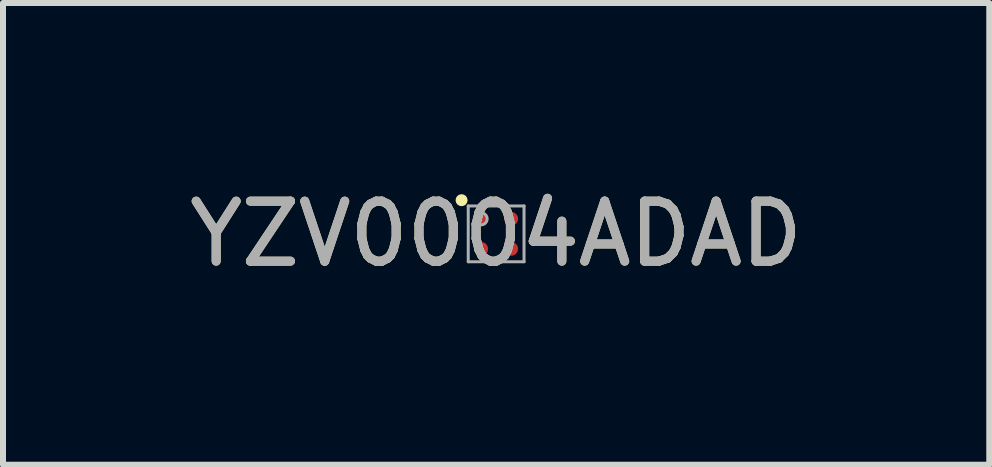
<source format=kicad_pcb>
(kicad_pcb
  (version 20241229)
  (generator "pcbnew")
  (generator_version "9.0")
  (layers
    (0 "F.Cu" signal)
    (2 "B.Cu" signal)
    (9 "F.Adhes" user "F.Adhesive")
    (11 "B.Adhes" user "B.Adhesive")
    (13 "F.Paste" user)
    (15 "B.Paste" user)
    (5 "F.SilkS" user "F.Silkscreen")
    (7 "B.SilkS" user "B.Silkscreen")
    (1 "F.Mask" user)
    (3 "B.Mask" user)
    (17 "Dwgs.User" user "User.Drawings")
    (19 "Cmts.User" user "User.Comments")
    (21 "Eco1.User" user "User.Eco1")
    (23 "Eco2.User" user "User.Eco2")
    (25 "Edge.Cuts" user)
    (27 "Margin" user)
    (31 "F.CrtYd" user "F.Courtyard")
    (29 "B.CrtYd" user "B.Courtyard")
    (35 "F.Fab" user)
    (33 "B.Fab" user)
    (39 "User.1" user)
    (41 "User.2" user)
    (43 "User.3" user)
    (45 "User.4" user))
  (footprint "YZV0004ADAD"
    (layer "F.Cu")
    (at 5.22 0.848)
    (property "Reference" "YZV0004ADAD" (at 0 0 0) (unlocked yes) (layer "F.SilkS") (effects (font (size 1 1) (thickness 0.15))))
    (attr smd)
    (fp_circle (center -0.576 -0.561) (end -0.526 -0.561) (stroke (width 0.1) (type solid)) (fill no) (layer "F.SilkS"))
    (fp_line (start -0.465 -0.465) (end 0.465 -0.465) (stroke (width 0.05) (type solid)) (layer "F.Fab"))
    (fp_line (start -0.465 0.465) (end -0.465 -0.465) (stroke (width 0.05) (type solid)) (layer "F.Fab"))
    (fp_line (start -0.465 0.465) (end 0.465 0.465) (stroke (width 0.05) (type solid)) (layer "F.Fab"))
    (fp_line (start 0.465 0.465) (end 0.465 -0.465) (stroke (width 0.05) (type solid)) (layer "F.Fab"))
    (fp_circle (center -0.25 -0.25) (end -0.15 -0.25) (stroke (width 0.05) (type solid)) (fill no) (layer "F.Fab"))
    (fp_text user "${REFERENCE}" (at 0 0 0) (unlocked yes) (layer "F.Fab") (effects (font (size 1 1) (thickness 0.15))))
    (pad "A1" smd circle (at -0.25 -0.25) (size 0.23 0.23) (layers "F.Cu" "F.Mask" "F.Paste"))
    (pad "A2" smd circle (at 0.25 -0.25) (size 0.23 0.23) (layers "F.Cu" "F.Mask" "F.Paste"))
    (pad "B1" smd circle (at -0.25 0.25) (size 0.23 0.23) (layers "F.Cu" "F.Mask" "F.Paste"))
    (pad "B2" smd circle (at 0.25 0.25) (size 0.23 0.23) (layers "F.Cu" "F.Mask" "F.Paste")))
  (gr_rect
    (start -3 -3)
    (end 13.44 4.697)
    (stroke (width 0.1) (type default))
    (fill no)
    (layer "Edge.Cuts")))
</source>
